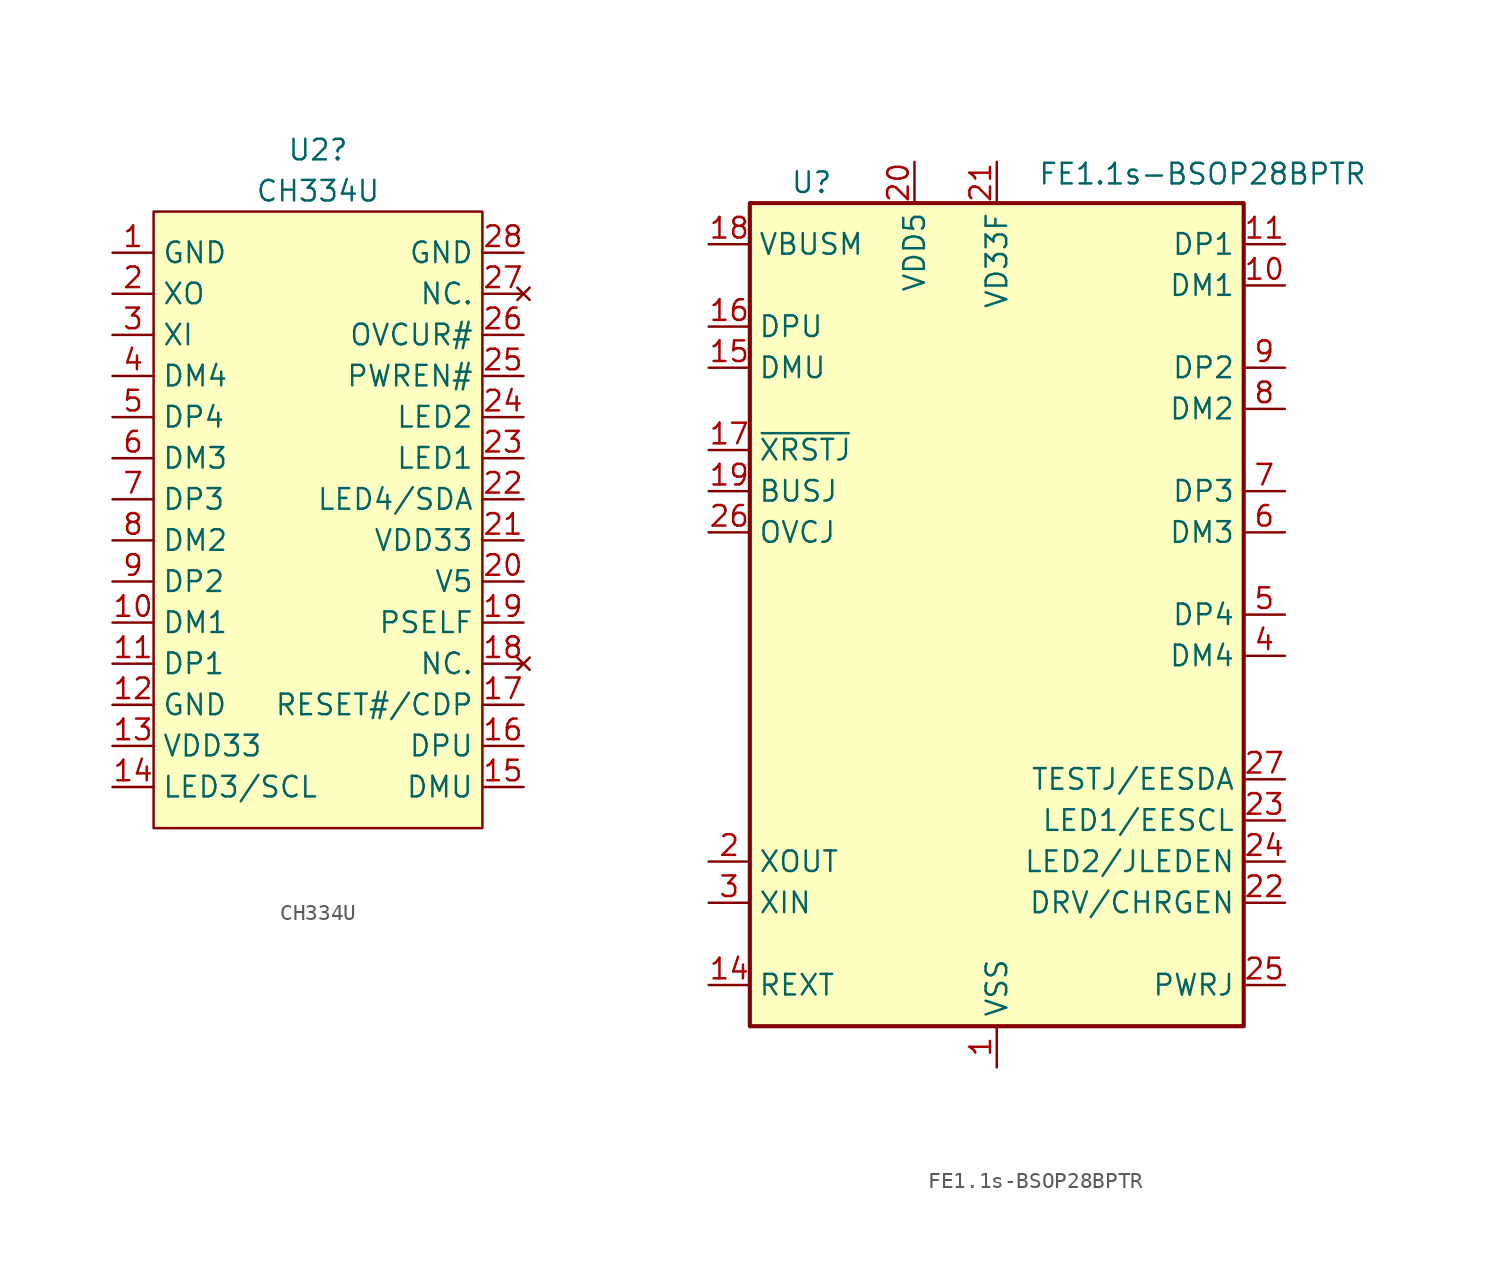
<source format=kicad_sym>
(kicad_symbol_lib
  (version 20220914)
  (generator kicad_symbol_editor)
  (symbol "CH334U"
    (property "Reference" "U2"
      (at 0 22.86 0)
      (effects (font (size 1.27 1.27))))
    (property "Value" "CH334U"
      (at 0 20.32 0)
      (effects (font (size 1.27 1.27))))
    (symbol "CH334U_0_1"
      (rectangle (start -10.16 19.05) (end 10.16 -19.05) (stroke (width 0) (type default)) (fill (type background))))
    (symbol "CH334U_1_1"
      (pin power_in line (at -12.7 16.51 0) (length 2.54) (name "GND" (effects (font (size 1.27 1.27)))) (number "1" (effects (font (size 1.27 1.27)))))
      (pin bidirectional line (at -12.7 -6.35 0) (length 2.54) (name "DM1" (effects (font (size 1.27 1.27)))) (number "10" (effects (font (size 1.27 1.27)))))
      (pin bidirectional line (at -12.7 -8.89 0) (length 2.54) (name "DP1" (effects (font (size 1.27 1.27)))) (number "11" (effects (font (size 1.27 1.27)))))
      (pin power_in line (at -12.7 -11.43 0) (length 2.54) (name "GND" (effects (font (size 1.27 1.27)))) (number "12" (effects (font (size 1.27 1.27)))))
      (pin power_in line (at -12.7 -13.97 0) (length 2.54) (name "VDD33" (effects (font (size 1.27 1.27)))) (number "13" (effects (font (size 1.27 1.27)))))
      (pin bidirectional line (at -12.7 -16.51 0) (length 2.54) (name "LED3/SCL" (effects (font (size 1.27 1.27)))) (number "14" (effects (font (size 1.27 1.27)))))
      (pin bidirectional line (at 12.7 -16.51 180) (length 2.54) (name "DMU" (effects (font (size 1.27 1.27)))) (number "15" (effects (font (size 1.27 1.27)))))
      (pin bidirectional line (at 12.7 -13.97 180) (length 2.54) (name "DPU" (effects (font (size 1.27 1.27)))) (number "16" (effects (font (size 1.27 1.27)))))
      (pin input line (at 12.7 -11.43 180) (length 2.54) (name "RESET#/CDP" (effects (font (size 1.27 1.27)))) (number "17" (effects (font (size 1.27 1.27)))))
      (pin no_connect line (at 12.7 -8.89 180) (length 2.54) (name "NC." (effects (font (size 1.27 1.27)))) (number "18" (effects (font (size 1.27 1.27)))))
      (pin input line (at 12.7 -6.35 180) (length 2.54) (name "PSELF" (effects (font (size 1.27 1.27)))) (number "19" (effects (font (size 1.27 1.27)))))
      (pin output line (at -12.7 13.97 0) (length 2.54) (name "XO" (effects (font (size 1.27 1.27)))) (number "2" (effects (font (size 1.27 1.27)))))
      (pin power_in line (at 12.7 -3.81 180) (length 2.54) (name "V5" (effects (font (size 1.27 1.27)))) (number "20" (effects (font (size 1.27 1.27)))))
      (pin power_in line (at 12.7 -1.27 180) (length 2.54) (name "VDD33" (effects (font (size 1.27 1.27)))) (number "21" (effects (font (size 1.27 1.27)))))
      (pin bidirectional line (at 12.7 1.27 180) (length 2.54) (name "LED4/SDA" (effects (font (size 1.27 1.27)))) (number "22" (effects (font (size 1.27 1.27)))))
      (pin bidirectional line (at 12.7 3.81 180) (length 2.54) (name "LED1" (effects (font (size 1.27 1.27)))) (number "23" (effects (font (size 1.27 1.27)))))
      (pin bidirectional line (at 12.7 6.35 180) (length 2.54) (name "LED2" (effects (font (size 1.27 1.27)))) (number "24" (effects (font (size 1.27 1.27)))))
      (pin output line (at 12.7 8.89 180) (length 2.54) (name "PWREN#" (effects (font (size 1.27 1.27)))) (number "25" (effects (font (size 1.27 1.27)))))
      (pin input line (at 12.7 11.43 180) (length 2.54) (name "OVCUR#" (effects (font (size 1.27 1.27)))) (number "26" (effects (font (size 1.27 1.27)))))
      (pin no_connect line (at 12.7 13.97 180) (length 2.54) (name "NC." (effects (font (size 1.27 1.27)))) (number "27" (effects (font (size 1.27 1.27)))))
      (pin power_in line (at 12.7 16.51 180) (length 2.54) (name "GND" (effects (font (size 1.27 1.27)))) (number "28" (effects (font (size 1.27 1.27)))))
      (pin input line (at -12.7 11.43 0) (length 2.54) (name "XI" (effects (font (size 1.27 1.27)))) (number "3" (effects (font (size 1.27 1.27)))))
      (pin bidirectional line (at -12.7 8.89 0) (length 2.54) (name "DM4" (effects (font (size 1.27 1.27)))) (number "4" (effects (font (size 1.27 1.27)))))
      (pin bidirectional line (at -12.7 6.35 0) (length 2.54) (name "DP4" (effects (font (size 1.27 1.27)))) (number "5" (effects (font (size 1.27 1.27)))))
      (pin bidirectional line (at -12.7 3.81 0) (length 2.54) (name "DM3" (effects (font (size 1.27 1.27)))) (number "6" (effects (font (size 1.27 1.27)))))
      (pin bidirectional line (at -12.7 1.27 0) (length 2.54) (name "DP3" (effects (font (size 1.27 1.27)))) (number "7" (effects (font (size 1.27 1.27)))))
      (pin bidirectional line (at -12.7 -1.27 0) (length 2.54) (name "DM2" (effects (font (size 1.27 1.27)))) (number "8" (effects (font (size 1.27 1.27)))))
      (pin bidirectional line (at -12.7 -3.81 0) (length 2.54) (name "DP2" (effects (font (size 1.27 1.27)))) (number "9" (effects (font (size 1.27 1.27)))))))
  (symbol "FE1.1s-BSOP28BPTR"
    (property "Reference" "U"
      (at -11.43 26.67 0)
      (effects (font (size 1.27 1.27))))
    (property "Value" "FE1.1s-BSOP28BPTR"
      (at 12.7 27.94 0)
      (effects (font (size 1.27 1.27)) (justify top)))
    (symbol "FE1.1s-BSOP28BPTR_0_1"
      (rectangle (start -15.24 25.4) (end 15.24 -25.4) (stroke (width 0.254) (type default)) (fill (type background))))
    (symbol "FE1.1s-BSOP28BPTR_1_1"
      (pin power_in line (at 0 -27.94 90) (length 2.54) (name "VSS" (effects (font (size 1.27 1.27)))) (number "1" (effects (font (size 1.27 1.27)))))
      (pin bidirectional line (at 17.78 20.32 180) (length 2.54) (name "DM1" (effects (font (size 1.27 1.27)))) (number "10" (effects (font (size 1.27 1.27)))))
      (pin bidirectional line (at 17.78 22.86 180) (length 2.54) (name "DP1" (effects (font (size 1.27 1.27)))) (number "11" (effects (font (size 1.27 1.27)))))
      (pin passive line (at -17.78 -22.86 0) (length 2.54) (name "REXT" (effects (font (size 1.27 1.27)))) (number "14" (effects (font (size 1.27 1.27)))))
      (pin bidirectional line (at -17.78 15.24 0) (length 2.54) (name "DMU" (effects (font (size 1.27 1.27)))) (number "15" (effects (font (size 1.27 1.27)))))
      (pin bidirectional line (at -17.78 17.78 0) (length 2.54) (name "DPU" (effects (font (size 1.27 1.27)))) (number "16" (effects (font (size 1.27 1.27)))))
      (pin input line (at -17.78 10.16 0) (length 2.54) (name "~{XRSTJ}" (effects (font (size 1.27 1.27)))) (number "17" (effects (font (size 1.27 1.27)))))
      (pin input line (at -17.78 22.86 0) (length 2.54) (name "VBUSM" (effects (font (size 1.27 1.27)))) (number "18" (effects (font (size 1.27 1.27)))))
      (pin input line (at -17.78 7.62 0) (length 2.54) (name "BUSJ" (effects (font (size 1.27 1.27)))) (number "19" (effects (font (size 1.27 1.27)))))
      (pin output line (at -17.78 -15.24 0) (length 2.54) (name "XOUT" (effects (font (size 1.27 1.27)))) (number "2" (effects (font (size 1.27 1.27)))))
      (pin power_in line (at -5.08 27.94 270) (length 2.54) (name "VDD5" (effects (font (size 1.27 1.27)))) (number "20" (effects (font (size 1.27 1.27)))))
      (pin power_out line (at 0 27.94 270) (length 2.54) (name "VD33F" (effects (font (size 1.27 1.27)))) (number "21" (effects (font (size 1.27 1.27)))))
      (pin bidirectional line (at 17.78 -17.78 180) (length 2.54) (name "DRV/CHRGEN" (effects (font (size 1.27 1.27)))) (number "22" (effects (font (size 1.27 1.27)))))
      (pin bidirectional line (at 17.78 -12.7 180) (length 2.54) (name "LED1/EESCL" (effects (font (size 1.27 1.27)))) (number "23" (effects (font (size 1.27 1.27)))))
      (pin bidirectional line (at 17.78 -15.24 180) (length 2.54) (name "LED2/JLEDEN" (effects (font (size 1.27 1.27)))) (number "24" (effects (font (size 1.27 1.27)))))
      (pin output line (at 17.78 -22.86 180) (length 2.54) (name "PWRJ" (effects (font (size 1.27 1.27)))) (number "25" (effects (font (size 1.27 1.27)))))
      (pin input line (at -17.78 5.08 0) (length 2.54) (name "OVCJ" (effects (font (size 1.27 1.27)))) (number "26" (effects (font (size 1.27 1.27)))))
      (pin bidirectional line (at 17.78 -10.16 180) (length 2.54) (name "TESTJ/EESDA" (effects (font (size 1.27 1.27)))) (number "27" (effects (font (size 1.27 1.27)))))
      (pin input line (at -17.78 -17.78 0) (length 2.54) (name "XIN" (effects (font (size 1.27 1.27)))) (number "3" (effects (font (size 1.27 1.27)))))
      (pin bidirectional line (at 17.78 -2.54 180) (length 2.54) (name "DM4" (effects (font (size 1.27 1.27)))) (number "4" (effects (font (size 1.27 1.27)))))
      (pin bidirectional line (at 17.78 0 180) (length 2.54) (name "DP4" (effects (font (size 1.27 1.27)))) (number "5" (effects (font (size 1.27 1.27)))))
      (pin bidirectional line (at 17.78 5.08 180) (length 2.54) (name "DM3" (effects (font (size 1.27 1.27)))) (number "6" (effects (font (size 1.27 1.27)))))
      (pin bidirectional line (at 17.78 7.62 180) (length 2.54) (name "DP3" (effects (font (size 1.27 1.27)))) (number "7" (effects (font (size 1.27 1.27)))))
      (pin bidirectional line (at 17.78 12.7 180) (length 2.54) (name "DM2" (effects (font (size 1.27 1.27)))) (number "8" (effects (font (size 1.27 1.27)))))
      (pin bidirectional line (at 17.78 15.24 180) (length 2.54) (name "DP2" (effects (font (size 1.27 1.27)))) (number "9" (effects (font (size 1.27 1.27))))))))
</source>
